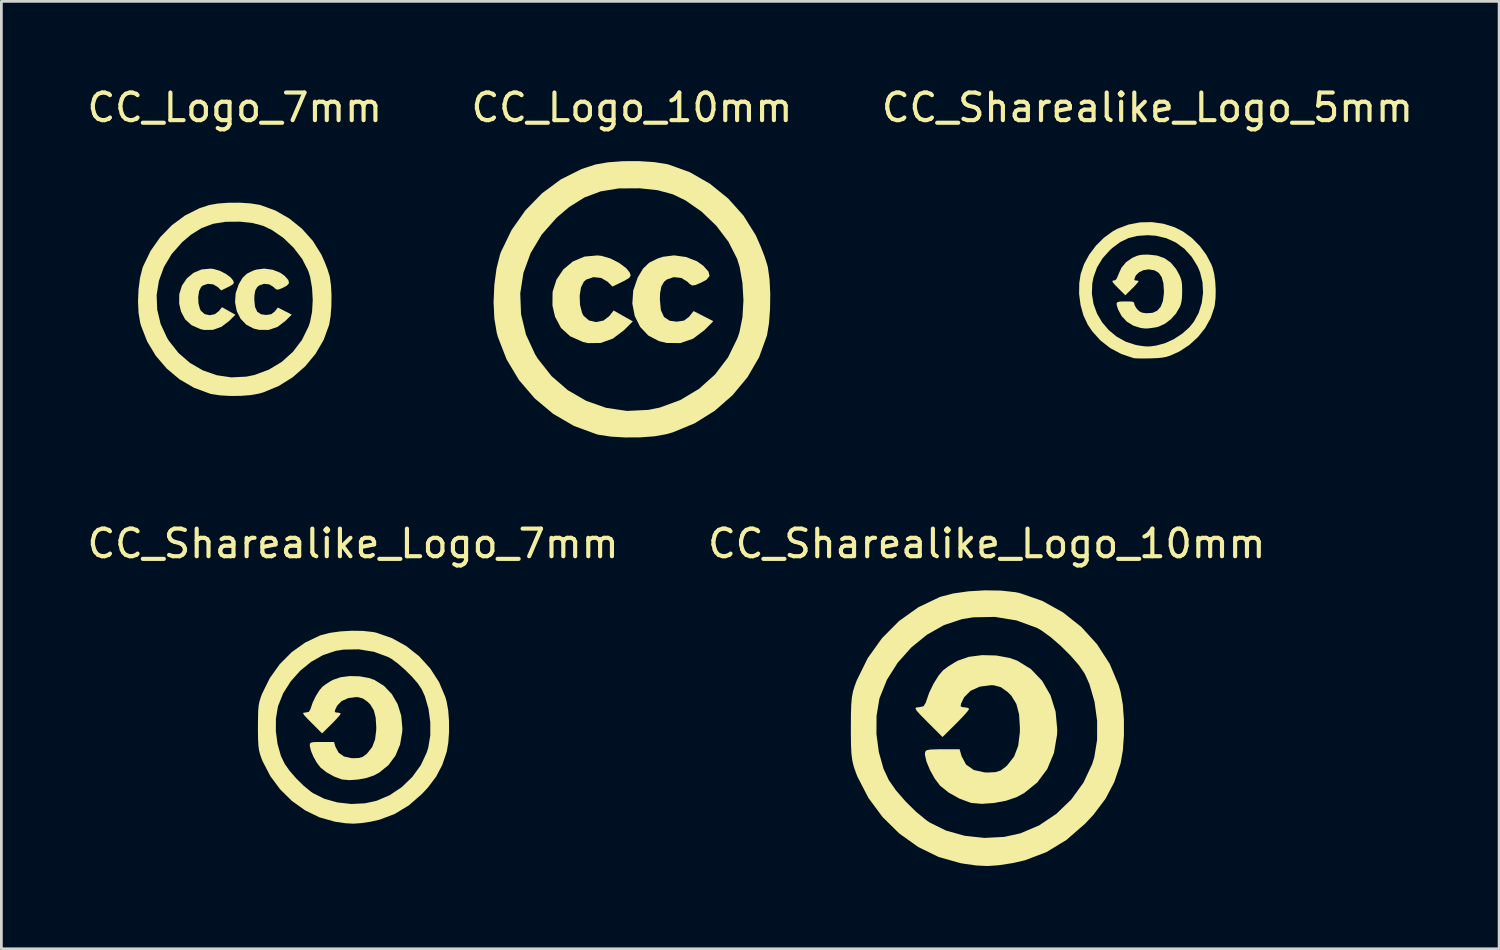
<source format=kicad_pcb>
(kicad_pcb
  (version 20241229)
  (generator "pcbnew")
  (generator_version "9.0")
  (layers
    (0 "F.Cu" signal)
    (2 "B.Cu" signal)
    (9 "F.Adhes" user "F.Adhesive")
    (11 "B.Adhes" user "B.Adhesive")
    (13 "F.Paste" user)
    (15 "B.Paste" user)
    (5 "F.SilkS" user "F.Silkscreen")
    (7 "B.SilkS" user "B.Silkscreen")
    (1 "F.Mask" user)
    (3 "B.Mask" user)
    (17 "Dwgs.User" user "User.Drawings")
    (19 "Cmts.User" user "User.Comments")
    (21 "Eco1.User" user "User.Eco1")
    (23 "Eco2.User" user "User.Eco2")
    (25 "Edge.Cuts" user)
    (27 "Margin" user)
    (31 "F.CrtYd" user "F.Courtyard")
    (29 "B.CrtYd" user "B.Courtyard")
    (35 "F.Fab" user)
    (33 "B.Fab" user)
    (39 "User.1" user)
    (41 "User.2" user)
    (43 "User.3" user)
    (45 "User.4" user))
  (footprint "CC_Sharealike_Logo_10mm"
    (layer "F.Cu")
    (at 32.708 23.276)
    (property "Reference" "CC_Sharealike_Logo_10mm" (at 0 -6.625 0) (unlocked yes) (layer "F.SilkS") (effects (font (size 1 1) (thickness 0.15))))
    (fp_poly (pts (xy 0.344 -2.573) (xy 0.829 -2.484) (xy 1.104 -2.386) (xy 1.602 -2.079) (xy 2.007 -1.654) (xy 2.308 -1.132) (xy 2.494 -0.535) (xy 2.554 0.117) (xy 2.547 0.297) (xy 2.435 0.958) (xy 2.192 1.54) (xy 1.829 2.029) (xy 1.354 2.413) (xy 1.076 2.562) (xy 0.699 2.69) (xy 0.259 2.773) (xy -0.178 2.803) (xy -0.547 2.772) (xy -0.601 2.759) (xy -0.994 2.612) (xy -1.38 2.395) (xy -1.685 2.15) (xy -1.698 2.136) (xy -1.884 1.891) (xy -2.055 1.585) (xy -2.184 1.277) (xy -2.241 1.026) (xy -2.242 1.007) (xy -2.233 0.916) (xy -2.183 0.863) (xy -2.058 0.836) (xy -1.826 0.827) (xy -1.614 0.826) (xy -0.985 0.826) (xy -0.912 1.079) (xy -0.75 1.38) (xy -0.47 1.577) (xy -0.08 1.664) (xy 0.041 1.668) (xy 0.315 1.654) (xy 0.503 1.596) (xy 0.679 1.466) (xy 0.746 1.402) (xy 0.991 1.088) (xy 1.139 0.7) (xy 1.199 0.21) (xy 1.201 0.056) (xy 1.171 -0.438) (xy 1.073 -0.815) (xy 0.895 -1.109) (xy 0.756 -1.25) (xy 0.507 -1.426) (xy 0.255 -1.493) (xy 0.155 -1.497) (xy -0.252 -1.444) (xy -0.587 -1.294) (xy -0.815 -1.065) (xy -0.836 -1.027) (xy -0.933 -0.827) (xy -0.947 -0.73) (xy -0.875 -0.698) (xy -0.801 -0.696) (xy -0.671 -0.67) (xy -0.641 -0.634) (xy -0.694 -0.552) (xy -0.836 -0.39) (xy -1.04 -0.177) (xy -1.123 -0.094) (xy -1.604 0.382) (xy -2.144 -0.157) (xy -2.39 -0.406) (xy -2.533 -0.563) (xy -2.586 -0.651) (xy -2.562 -0.688) (xy -2.472 -0.696) (xy -2.465 -0.696) (xy -2.291 -0.733) (xy -2.205 -0.875) (xy -2.194 -0.916) (xy -2.089 -1.219) (xy -1.929 -1.55) (xy -1.745 -1.846) (xy -1.59 -2.029) (xy -1.404 -2.171) (xy -1.152 -2.328) (xy -1.042 -2.389) (xy -0.647 -2.525) (xy -0.167 -2.586)) (stroke (width 0) (type solid)) (fill yes) (layer "F.SilkS"))
    (fp_poly (pts (xy 0.521 -4.924) (xy 1.033 -4.868) (xy 1.204 -4.832) (xy 2.012 -4.551) (xy 2.758 -4.137) (xy 3.426 -3.607) (xy 3.997 -2.979) (xy 4.455 -2.269) (xy 4.78 -1.495) (xy 4.846 -1.264) (xy 4.928 -0.806) (xy 4.969 -0.258) (xy 4.97 0.32) (xy 4.931 0.867) (xy 4.852 1.323) (xy 4.847 1.344) (xy 4.619 2.018) (xy 4.302 2.62) (xy 3.87 3.193) (xy 3.567 3.519) (xy 2.887 4.111) (xy 2.162 4.552) (xy 1.381 4.849) (xy 0.921 4.953) (xy 0.434 5.028) (xy 0.027 5.056) (xy -0.373 5.037) (xy -0.838 4.972) (xy -0.962 4.95) (xy -1.742 4.73) (xy -2.484 4.367) (xy -3.168 3.879) (xy -3.776 3.281) (xy -4.288 2.59) (xy -4.685 1.823) (xy -4.748 1.662) (xy -4.821 1.45) (xy -4.871 1.241) (xy -4.903 1) (xy -4.919 0.689) (xy -4.925 0.273) (xy -3.998 0.273) (xy -3.911 0.929) (xy -3.741 1.534) (xy -3.547 1.948) (xy -3.291 2.314) (xy -2.947 2.712) (xy -2.562 3.091) (xy -2.186 3.399) (xy -2.071 3.478) (xy -1.479 3.771) (xy -0.804 3.96) (xy -0.087 4.038) (xy 0.63 4.001) (xy 1.213 3.874) (xy 1.897 3.584) (xy 2.522 3.165) (xy 3.066 2.64) (xy 3.505 2.033) (xy 3.817 1.368) (xy 3.895 1.119) (xy 3.998 0.485) (xy 3.999 -0.206) (xy 3.904 -0.899) (xy 3.718 -1.542) (xy 3.548 -1.916) (xy 3.344 -2.215) (xy 3.045 -2.559) (xy 2.693 -2.91) (xy 2.327 -3.229) (xy 1.987 -3.477) (xy 1.817 -3.574) (xy 1.084 -3.842) (xy 0.301 -3.971) (xy -0.496 -3.956) (xy -0.897 -3.891) (xy -1.547 -3.676) (xy -2.169 -3.325) (xy -2.738 -2.861) (xy -3.229 -2.31) (xy -3.618 -1.695) (xy -3.88 -1.041) (xy -3.895 -0.989) (xy -3.994 -0.383) (xy -3.998 0.273) (xy -4.925 0.273) (xy -4.925 0.272) (xy -4.925 0.025) (xy -4.922 -0.444) (xy -4.911 -0.791) (xy -4.888 -1.053) (xy -4.848 -1.267) (xy -4.786 -1.471) (xy -4.71 -1.673) (xy -4.312 -2.48) (xy -3.796 -3.201) (xy -3.181 -3.82) (xy -2.481 -4.32) (xy -1.714 -4.686) (xy -1.66 -4.705) (xy -1.208 -4.822) (xy -0.656 -4.899) (xy -0.061 -4.934)) (stroke (width 0) (type solid)) (fill yes) (layer "F.SilkS")))
  (footprint "CC_Sharealike_Logo_7mm"
    (layer "F.Cu")
    (at 9.744 23.276)
    (property "Reference" "CC_Sharealike_Logo_7mm" (at 0 -6.625 0) (unlocked yes) (layer "F.SilkS") (effects (font (size 1 1) (thickness 0.15))))
    (fp_poly (pts (xy 0.241 -1.818) (xy 0.58 -1.756) (xy 0.773 -1.687) (xy 1.121 -1.472) (xy 1.404 -1.175) (xy 1.615 -0.81) (xy 1.745 -0.392) (xy 1.787 0.064) (xy 1.782 0.19) (xy 1.704 0.653) (xy 1.534 1.06) (xy 1.28 1.403) (xy 0.947 1.671) (xy 0.753 1.775) (xy 0.489 1.865) (xy 0.181 1.923) (xy -0.124 1.944) (xy -0.383 1.922) (xy -0.421 1.913) (xy -0.695 1.81) (xy -0.965 1.658) (xy -1.179 1.487) (xy -1.188 1.477) (xy -1.318 1.306) (xy -1.438 1.092) (xy -1.528 0.876) (xy -1.568 0.7) (xy -1.569 0.687) (xy -1.563 0.624) (xy -1.527 0.586) (xy -1.44 0.568) (xy -1.278 0.561) (xy -1.13 0.561) (xy -0.689 0.561) (xy -0.638 0.737) (xy -0.525 0.948) (xy -0.329 1.086) (xy -0.056 1.147) (xy 0.029 1.149) (xy 0.221 1.14) (xy 0.352 1.099) (xy 0.475 1.008) (xy 0.522 0.964) (xy 0.693 0.744) (xy 0.797 0.473) (xy 0.839 0.13) (xy 0.841 0.022) (xy 0.819 -0.324) (xy 0.751 -0.588) (xy 0.627 -0.794) (xy 0.529 -0.893) (xy 0.355 -1.015) (xy 0.179 -1.063) (xy 0.108 -1.065) (xy -0.177 -1.028) (xy -0.411 -0.923) (xy -0.57 -0.763) (xy -0.585 -0.736) (xy -0.653 -0.596) (xy -0.663 -0.528) (xy -0.612 -0.506) (xy -0.561 -0.505) (xy -0.47 -0.486) (xy -0.449 -0.461) (xy -0.486 -0.404) (xy -0.585 -0.29) (xy -0.728 -0.141) (xy -0.786 -0.083) (xy -1.123 0.25) (xy -1.5 -0.127) (xy -1.672 -0.301) (xy -1.773 -0.412) (xy -1.81 -0.473) (xy -1.793 -0.499) (xy -1.73 -0.505) (xy -1.725 -0.505) (xy -1.603 -0.531) (xy -1.543 -0.63) (xy -1.535 -0.659) (xy -1.462 -0.871) (xy -1.35 -1.102) (xy -1.221 -1.309) (xy -1.113 -1.437) (xy -0.982 -1.536) (xy -0.806 -1.647) (xy -0.729 -1.689) (xy -0.453 -1.785) (xy -0.117 -1.827)) (stroke (width 0) (type solid)) (fill yes) (layer "F.SilkS"))
    (fp_poly (pts (xy 0.365 -3.463) (xy 0.723 -3.424) (xy 0.843 -3.399) (xy 1.408 -3.202) (xy 1.93 -2.913) (xy 2.398 -2.542) (xy 2.797 -2.102) (xy 3.117 -1.605) (xy 3.345 -1.064) (xy 3.391 -0.902) (xy 3.448 -0.582) (xy 3.477 -0.198) (xy 3.478 0.206) (xy 3.451 0.589) (xy 3.395 0.909) (xy 3.392 0.923) (xy 3.232 1.395) (xy 3.011 1.816) (xy 2.708 2.217) (xy 2.496 2.445) (xy 2.02 2.859) (xy 1.513 3.168) (xy 0.967 3.375) (xy 0.645 3.449) (xy 0.304 3.501) (xy 0.019 3.521) (xy -0.261 3.508) (xy -0.586 3.462) (xy -0.673 3.446) (xy -1.219 3.292) (xy -1.738 3.039) (xy -2.217 2.697) (xy -2.642 2.278) (xy -3 1.795) (xy -3.278 1.258) (xy -3.323 1.146) (xy -3.374 0.997) (xy -3.409 0.851) (xy -3.431 0.682) (xy -3.442 0.464) (xy -3.446 0.173) (xy -2.798 0.173) (xy -2.737 0.632) (xy -2.618 1.056) (xy -2.482 1.346) (xy -2.303 1.602) (xy -2.062 1.88) (xy -1.793 2.145) (xy -1.53 2.361) (xy -1.45 2.416) (xy -1.035 2.622) (xy -0.563 2.753) (xy -0.061 2.808) (xy 0.441 2.783) (xy 0.849 2.693) (xy 1.328 2.49) (xy 1.765 2.197) (xy 2.145 1.83) (xy 2.453 1.406) (xy 2.671 0.94) (xy 2.725 0.765) (xy 2.798 0.322) (xy 2.798 -0.161) (xy 2.732 -0.647) (xy 2.602 -1.097) (xy 2.483 -1.358) (xy 2.34 -1.568) (xy 2.131 -1.808) (xy 1.884 -2.054) (xy 1.628 -2.277) (xy 1.391 -2.451) (xy 1.272 -2.518) (xy 0.759 -2.706) (xy 0.211 -2.796) (xy -0.347 -2.786) (xy -0.628 -2.74) (xy -1.083 -2.59) (xy -1.518 -2.344) (xy -1.916 -2.02) (xy -2.26 -1.634) (xy -2.532 -1.204) (xy -2.715 -0.746) (xy -2.725 -0.709) (xy -2.795 -0.286) (xy -2.798 0.173) (xy -3.446 0.173) (xy -3.447 0.173) (xy -3.447 0) (xy -3.444 -0.328) (xy -3.437 -0.571) (xy -3.421 -0.754) (xy -3.393 -0.904) (xy -3.349 -1.047) (xy -3.296 -1.189) (xy -3.017 -1.753) (xy -2.657 -2.258) (xy -2.226 -2.691) (xy -1.736 -3.041) (xy -1.199 -3.297) (xy -1.162 -3.31) (xy -0.845 -3.392) (xy -0.459 -3.446) (xy -0.043 -3.47)) (stroke (width 0) (type solid)) (fill yes) (layer "F.SilkS")))
  (footprint "CC_Logo_10mm"
    (layer "F.Cu")
    (at 19.851 7.798)
    (property "Reference" "CC_Logo_10mm" (at 0 -6.95 0) (unlocked yes) (layer "F.SilkS") (effects (font (size 1 1) (thickness 0.15))))
    (attr exclude_from_pos_files exclude_from_bom)
    (fp_poly (pts (xy -1.103 -1.576) (xy -0.784 -1.483) (xy -0.466 -1.322) (xy -0.207 -1.128) (xy -0.082 -0.972) (xy -0.046 -0.866) (xy -0.095 -0.782) (xy -0.255 -0.684) (xy -0.35 -0.637) (xy -0.706 -0.464) (xy -0.879 -0.636) (xy -1.117 -0.777) (xy -1.395 -0.805) (xy -1.65 -0.72) (xy -1.744 -0.642) (xy -1.85 -0.427) (xy -1.896 -0.124) (xy -1.882 0.205) (xy -1.806 0.496) (xy -1.755 0.594) (xy -1.557 0.765) (xy -1.298 0.823) (xy -1.033 0.768) (xy -0.823 0.607) (xy -0.664 0.404) (xy 0.03 0.798) (xy -0.29 1.118) (xy -0.692 1.422) (xy -1.133 1.58) (xy -1.591 1.586) (xy -1.78 1.542) (xy -2.239 1.338) (xy -2.572 1.037) (xy -2.788 0.629) (xy -2.882 0.222) (xy -2.877 -0.269) (xy -2.737 -0.713) (xy -2.484 -1.089) (xy -2.138 -1.375) (xy -1.721 -1.55) (xy -1.253 -1.592)) (stroke (width 0) (type solid)) (fill yes) (layer "F.SilkS"))
    (fp_poly (pts (xy 1.962 -1.534) (xy 2.361 -1.377) (xy 2.585 -1.216) (xy 2.772 -1.007) (xy 2.811 -0.847) (xy 2.7 -0.711) (xy 2.506 -0.606) (xy 2.3 -0.519) (xy 2.181 -0.503) (xy 2.086 -0.562) (xy 2.017 -0.634) (xy 1.786 -0.777) (xy 1.511 -0.805) (xy 1.256 -0.716) (xy 1.165 -0.639) (xy 1.065 -0.47) (xy 1.018 -0.219) (xy 1.011 0) (xy 1.046 0.385) (xy 1.16 0.638) (xy 1.364 0.774) (xy 1.625 0.809) (xy 1.887 0.769) (xy 2.068 0.632) (xy 2.081 0.617) (xy 2.232 0.425) (xy 2.591 0.608) (xy 2.949 0.791) (xy 2.626 1.115) (xy 2.213 1.426) (xy 1.757 1.583) (xy 1.265 1.582) (xy 0.978 1.513) (xy 0.592 1.311) (xy 0.296 0.998) (xy 0.1 0.602) (xy 0.013 0.153) (xy 0.046 -0.322) (xy 0.206 -0.786) (xy 0.399 -1.111) (xy 0.621 -1.327) (xy 0.927 -1.479) (xy 1.118 -1.542) (xy 1.527 -1.594)) (stroke (width 0) (type solid)) (fill yes) (layer "F.SilkS"))
    (fp_poly (pts (xy 0.803 -4.974) (xy 1.269 -4.9) (xy 1.323 -4.887) (xy 2.095 -4.608) (xy 2.824 -4.191) (xy 3.482 -3.659) (xy 4.041 -3.034) (xy 4.476 -2.338) (xy 4.511 -2.265) (xy 4.671 -1.902) (xy 4.811 -1.536) (xy 4.908 -1.228) (xy 4.927 -1.149) (xy 4.986 -0.715) (xy 5.011 -0.195) (xy 5.004 0.352) (xy 4.965 0.867) (xy 4.896 1.288) (xy 4.887 1.323) (xy 4.606 2.099) (xy 4.185 2.822) (xy 3.644 3.473) (xy 3.002 4.035) (xy 2.277 4.489) (xy 1.488 4.816) (xy 1.242 4.887) (xy 0.818 4.962) (xy 0.302 5.001) (xy -0.248 5.004) (xy -0.772 4.973) (xy -1.211 4.906) (xy -1.288 4.887) (xy -2.107 4.585) (xy -2.858 4.147) (xy -3.525 3.588) (xy -4.093 2.926) (xy -4.543 2.177) (xy -4.861 1.357) (xy -4.901 1.21) (xy -4.987 0.697) (xy -5.015 0.099) (xy -5.001 -0.217) (xy -4.049 -0.217) (xy -4.02 0.534) (xy -3.842 1.275) (xy -3.512 1.988) (xy -3.413 2.149) (xy -2.916 2.78) (xy -2.324 3.292) (xy -1.658 3.678) (xy -0.937 3.931) (xy -0.181 4.043) (xy 0.592 4.005) (xy 1.008 3.921) (xy 1.758 3.646) (xy 2.432 3.241) (xy 3.012 2.72) (xy 3.482 2.102) (xy 3.824 1.401) (xy 3.896 1.185) (xy 4.004 0.651) (xy 4.039 0.038) (xy 4.004 -0.59) (xy 3.902 -1.172) (xy 3.807 -1.476) (xy 3.495 -2.089) (xy 3.055 -2.669) (xy 2.521 -3.181) (xy 1.928 -3.592) (xy 1.476 -3.809) (xy 0.925 -3.956) (xy 0.278 -4.025) (xy -0.478 -4.02) (xy -1.133 -3.913) (xy -1.721 -3.693) (xy -2.275 -3.347) (xy -2.727 -2.963) (xy -3.269 -2.35) (xy -3.672 -1.677) (xy -3.933 -0.96) (xy -4.049 -0.217) (xy -5.001 -0.217) (xy -4.988 -0.525) (xy -4.908 -1.121) (xy -4.78 -1.629) (xy -4.749 -1.715) (xy -4.364 -2.51) (xy -3.861 -3.226) (xy -3.258 -3.844) (xy -2.573 -4.35) (xy -1.825 -4.724) (xy -1.323 -4.887) (xy -0.874 -4.966) (xy -0.33 -5.007) (xy 0.25 -5.01)) (stroke (width 0) (type solid)) (fill yes) (layer "F.SilkS")))
  (footprint "CC_Logo_7mm"
    (layer "F.Cu")
    (at 5.458 7.798)
    (property "Reference" "CC_Logo_7mm" (at 0 -6.95 0) (unlocked yes) (layer "F.SilkS") (effects (font (size 1 1) (thickness 0.15))))
    (attr exclude_from_pos_files exclude_from_bom)
    (fp_poly (pts (xy -0.771 -1.102) (xy -0.548 -1.037) (xy -0.326 -0.925) (xy -0.145 -0.789) (xy -0.057 -0.68) (xy -0.032 -0.606) (xy -0.066 -0.547) (xy -0.179 -0.478) (xy -0.245 -0.445) (xy -0.494 -0.324) (xy -0.615 -0.445) (xy -0.781 -0.543) (xy -0.975 -0.563) (xy -1.154 -0.504) (xy -1.22 -0.449) (xy -1.294 -0.298) (xy -1.326 -0.086) (xy -1.316 0.143) (xy -1.263 0.347) (xy -1.227 0.416) (xy -1.089 0.535) (xy -0.908 0.575) (xy -0.723 0.537) (xy -0.576 0.424) (xy -0.464 0.283) (xy -0.222 0.42) (xy 0.021 0.558) (xy -0.203 0.782) (xy -0.484 0.995) (xy -0.792 1.105) (xy -1.113 1.109) (xy -1.245 1.079) (xy -1.566 0.936) (xy -1.799 0.725) (xy -1.949 0.44) (xy -2.015 0.155) (xy -2.012 -0.188) (xy -1.914 -0.499) (xy -1.737 -0.761) (xy -1.495 -0.961) (xy -1.203 -1.084) (xy -0.876 -1.114)) (stroke (width 0) (type solid)) (fill yes) (layer "F.SilkS"))
    (fp_poly (pts (xy 1.372 -1.073) (xy 1.651 -0.963) (xy 1.808 -0.851) (xy 1.939 -0.704) (xy 1.966 -0.592) (xy 1.888 -0.497) (xy 1.752 -0.424) (xy 1.609 -0.363) (xy 1.525 -0.352) (xy 1.459 -0.393) (xy 1.411 -0.443) (xy 1.249 -0.544) (xy 1.057 -0.563) (xy 0.879 -0.501) (xy 0.815 -0.447) (xy 0.745 -0.328) (xy 0.712 -0.153) (xy 0.707 0) (xy 0.732 0.269) (xy 0.811 0.446) (xy 0.954 0.541) (xy 1.136 0.566) (xy 1.32 0.538) (xy 1.446 0.442) (xy 1.455 0.431) (xy 1.561 0.297) (xy 1.812 0.425) (xy 2.063 0.553) (xy 1.836 0.779) (xy 1.548 0.998) (xy 1.229 1.107) (xy 0.884 1.106) (xy 0.684 1.058) (xy 0.414 0.917) (xy 0.207 0.698) (xy 0.07 0.421) (xy 0.009 0.107) (xy 0.032 -0.225) (xy 0.144 -0.55) (xy 0.279 -0.777) (xy 0.435 -0.928) (xy 0.648 -1.034) (xy 0.782 -1.079) (xy 1.068 -1.115)) (stroke (width 0) (type solid)) (fill yes) (layer "F.SilkS"))
    (fp_poly (pts (xy 0.562 -3.478) (xy 0.887 -3.427) (xy 0.925 -3.418) (xy 1.465 -3.223) (xy 1.975 -2.931) (xy 2.435 -2.559) (xy 2.826 -2.122) (xy 3.13 -1.635) (xy 3.155 -1.584) (xy 3.267 -1.33) (xy 3.365 -1.074) (xy 3.432 -0.859) (xy 3.446 -0.803) (xy 3.487 -0.5) (xy 3.505 -0.136) (xy 3.5 0.246) (xy 3.472 0.606) (xy 3.424 0.901) (xy 3.418 0.925) (xy 3.221 1.468) (xy 2.927 1.973) (xy 2.549 2.429) (xy 2.099 2.822) (xy 1.592 3.139) (xy 1.041 3.368) (xy 0.869 3.418) (xy 0.572 3.47) (xy 0.211 3.497) (xy -0.174 3.5) (xy -0.54 3.478) (xy -0.847 3.431) (xy -0.901 3.417) (xy -1.473 3.206) (xy -1.999 2.9) (xy -2.465 2.509) (xy -2.862 2.046) (xy -3.177 1.522) (xy -3.399 0.949) (xy -3.428 0.846) (xy -3.488 0.487) (xy -3.507 0.07) (xy -3.497 -0.152) (xy -2.832 -0.152) (xy -2.811 0.373) (xy -2.687 0.892) (xy -2.456 1.391) (xy -2.387 1.503) (xy -2.039 1.944) (xy -1.625 2.302) (xy -1.16 2.572) (xy -0.655 2.749) (xy -0.126 2.827) (xy 0.414 2.801) (xy 0.705 2.742) (xy 1.229 2.55) (xy 1.701 2.266) (xy 2.106 1.902) (xy 2.435 1.47) (xy 2.674 0.98) (xy 2.725 0.829) (xy 2.8 0.455) (xy 2.825 0.027) (xy 2.8 -0.413) (xy 2.729 -0.82) (xy 2.662 -1.032) (xy 2.444 -1.461) (xy 2.136 -1.866) (xy 1.763 -2.225) (xy 1.348 -2.512) (xy 1.032 -2.663) (xy 0.647 -2.766) (xy 0.195 -2.815) (xy -0.334 -2.811) (xy -0.792 -2.737) (xy -1.203 -2.583) (xy -1.591 -2.341) (xy -1.907 -2.072) (xy -2.286 -1.644) (xy -2.568 -1.173) (xy -2.75 -0.671) (xy -2.832 -0.152) (xy -3.497 -0.152) (xy -3.488 -0.367) (xy -3.433 -0.784) (xy -3.343 -1.139) (xy -3.321 -1.199) (xy -3.052 -1.755) (xy -2.7 -2.256) (xy -2.278 -2.689) (xy -1.799 -3.042) (xy -1.276 -3.304) (xy -0.925 -3.418) (xy -0.611 -3.473) (xy -0.23 -3.501) (xy 0.175 -3.503)) (stroke (width 0) (type solid)) (fill yes) (layer "F.SilkS")))
  (footprint "CC_Sharealike_Logo_5mm"
    (layer "F.Cu")
    (at 38.53 7.473)
    (property "Reference" "CC_Sharealike_Logo_5mm" (at 0 -6.625 0) (unlocked yes) (layer "F.SilkS") (effects (font (size 1 1) (thickness 0.15))))
    (fp_poly (pts (xy 0.346 -1.263) (xy 0.619 -1.166) (xy 0.85 -1.003) (xy 1.041 -0.771) (xy 1.156 -0.562) (xy 1.207 -0.441) (xy 1.238 -0.329) (xy 1.253 -0.199) (xy 1.258 -0.024) (xy 1.258 0.04) (xy 1.252 0.251) (xy 1.234 0.408) (xy 1.201 0.534) (xy 1.172 0.605) (xy 1.033 0.84) (xy 0.847 1.047) (xy 0.633 1.209) (xy 0.406 1.314) (xy 0.3 1.34) (xy 0.125 1.366) (xy 0.002 1.379) (xy -0.098 1.379) (xy -0.201 1.367) (xy -0.251 1.359) (xy -0.516 1.276) (xy -0.75 1.129) (xy -0.936 0.93) (xy -1.063 0.69) (xy -1.063 0.69) (xy -1.108 0.554) (xy -1.118 0.469) (xy -1.082 0.423) (xy -0.989 0.404) (xy -0.829 0.4) (xy -0.8 0.4) (xy -0.641 0.402) (xy -0.545 0.409) (xy -0.497 0.427) (xy -0.481 0.459) (xy -0.48 0.479) (xy -0.454 0.558) (xy -0.391 0.657) (xy -0.367 0.686) (xy -0.283 0.765) (xy -0.191 0.807) (xy -0.059 0.827) (xy -0.037 0.828) (xy 0.182 0.814) (xy 0.354 0.736) (xy 0.48 0.594) (xy 0.561 0.386) (xy 0.596 0.112) (xy 0.598 0.02) (xy 0.578 -0.263) (xy 0.517 -0.48) (xy 0.411 -0.633) (xy 0.26 -0.725) (xy 0.061 -0.759) (xy 0.032 -0.76) (xy -0.144 -0.732) (xy -0.3 -0.659) (xy -0.411 -0.553) (xy -0.441 -0.497) (xy -0.473 -0.407) (xy -0.469 -0.369) (xy -0.422 -0.36) (xy -0.4 -0.36) (xy -0.335 -0.347) (xy -0.32 -0.329) (xy -0.347 -0.288) (xy -0.418 -0.207) (xy -0.519 -0.101) (xy -0.56 -0.06) (xy -0.8 0.177) (xy -1.04 -0.06) (xy -1.17 -0.192) (xy -1.246 -0.28) (xy -1.272 -0.331) (xy -1.253 -0.355) (xy -1.203 -0.36) (xy -1.146 -0.385) (xy -1.095 -0.467) (xy -1.061 -0.557) (xy -0.942 -0.82) (xy -0.776 -1.022) (xy -0.556 -1.174) (xy -0.533 -1.186) (xy -0.398 -1.246) (xy -0.278 -1.28) (xy -0.141 -1.295) (xy 0.025 -1.297)) (stroke (width 0) (type solid)) (fill yes) (layer "F.SilkS"))
    (fp_poly (pts (xy 0.583 -2.415) (xy 0.987 -2.287) (xy 1.293 -2.132) (xy 1.609 -1.9) (xy 1.896 -1.611) (xy 2.137 -1.284) (xy 2.318 -0.938) (xy 2.36 -0.829) (xy 2.419 -0.6) (xy 2.457 -0.32) (xy 2.474 -0.019) (xy 2.468 0.277) (xy 2.439 0.539) (xy 2.423 0.615) (xy 2.293 1) (xy 2.093 1.362) (xy 1.831 1.691) (xy 1.518 1.977) (xy 1.162 2.211) (xy 0.817 2.367) (xy 0.684 2.408) (xy 0.539 2.436) (xy 0.359 2.453) (xy 0.125 2.463) (xy 0.08 2.464) (xy -0.119 2.467) (xy -0.294 2.466) (xy -0.427 2.462) (xy -0.499 2.455) (xy -0.5 2.455) (xy -0.949 2.304) (xy -1.351 2.089) (xy -1.703 1.814) (xy -2.003 1.48) (xy -2.162 1.242) (xy -2.319 0.908) (xy -2.424 0.53) (xy -2.476 0.131) (xy -2.476 0.126) (xy -2.013 0.126) (xy -1.954 0.491) (xy -1.829 0.837) (xy -1.644 1.155) (xy -1.405 1.436) (xy -1.119 1.673) (xy -0.794 1.855) (xy -0.435 1.974) (xy -0.3 1.999) (xy -0.133 2.023) (xy -0.008 2.032) (xy 0.11 2.028) (xy 0.258 2.008) (xy 0.32 1.999) (xy 0.634 1.915) (xy 0.952 1.77) (xy 1.252 1.575) (xy 1.512 1.345) (xy 1.679 1.141) (xy 1.857 0.815) (xy 1.969 0.456) (xy 2.016 0.081) (xy 1.995 -0.297) (xy 1.906 -0.66) (xy 1.822 -0.86) (xy 1.605 -1.215) (xy 1.341 -1.506) (xy 1.032 -1.733) (xy 0.683 -1.892) (xy 0.299 -1.981) (xy 0.003 -2) (xy -0.367 -1.975) (xy -0.691 -1.894) (xy -0.987 -1.75) (xy -1.273 -1.537) (xy -1.356 -1.463) (xy -1.628 -1.161) (xy -1.826 -0.834) (xy -1.955 -0.475) (xy -1.999 -0.248) (xy -2.013 0.126) (xy -2.476 0.126) (xy -2.47 -0.269) (xy -2.419 -0.596) (xy -2.297 -0.952) (xy -2.108 -1.3) (xy -1.863 -1.624) (xy -1.576 -1.909) (xy -1.257 -2.141) (xy -1.087 -2.234) (xy -0.687 -2.385) (xy -0.267 -2.465) (xy 0.161 -2.475)) (stroke (width 0) (type solid)) (fill yes) (layer "F.SilkS")))
  (gr_rect
    (start -3 -3)
    (end 51.274 31.332)
    (stroke (width 0.1) (type default))
    (fill no)
    (layer "Edge.Cuts")))
</source>
